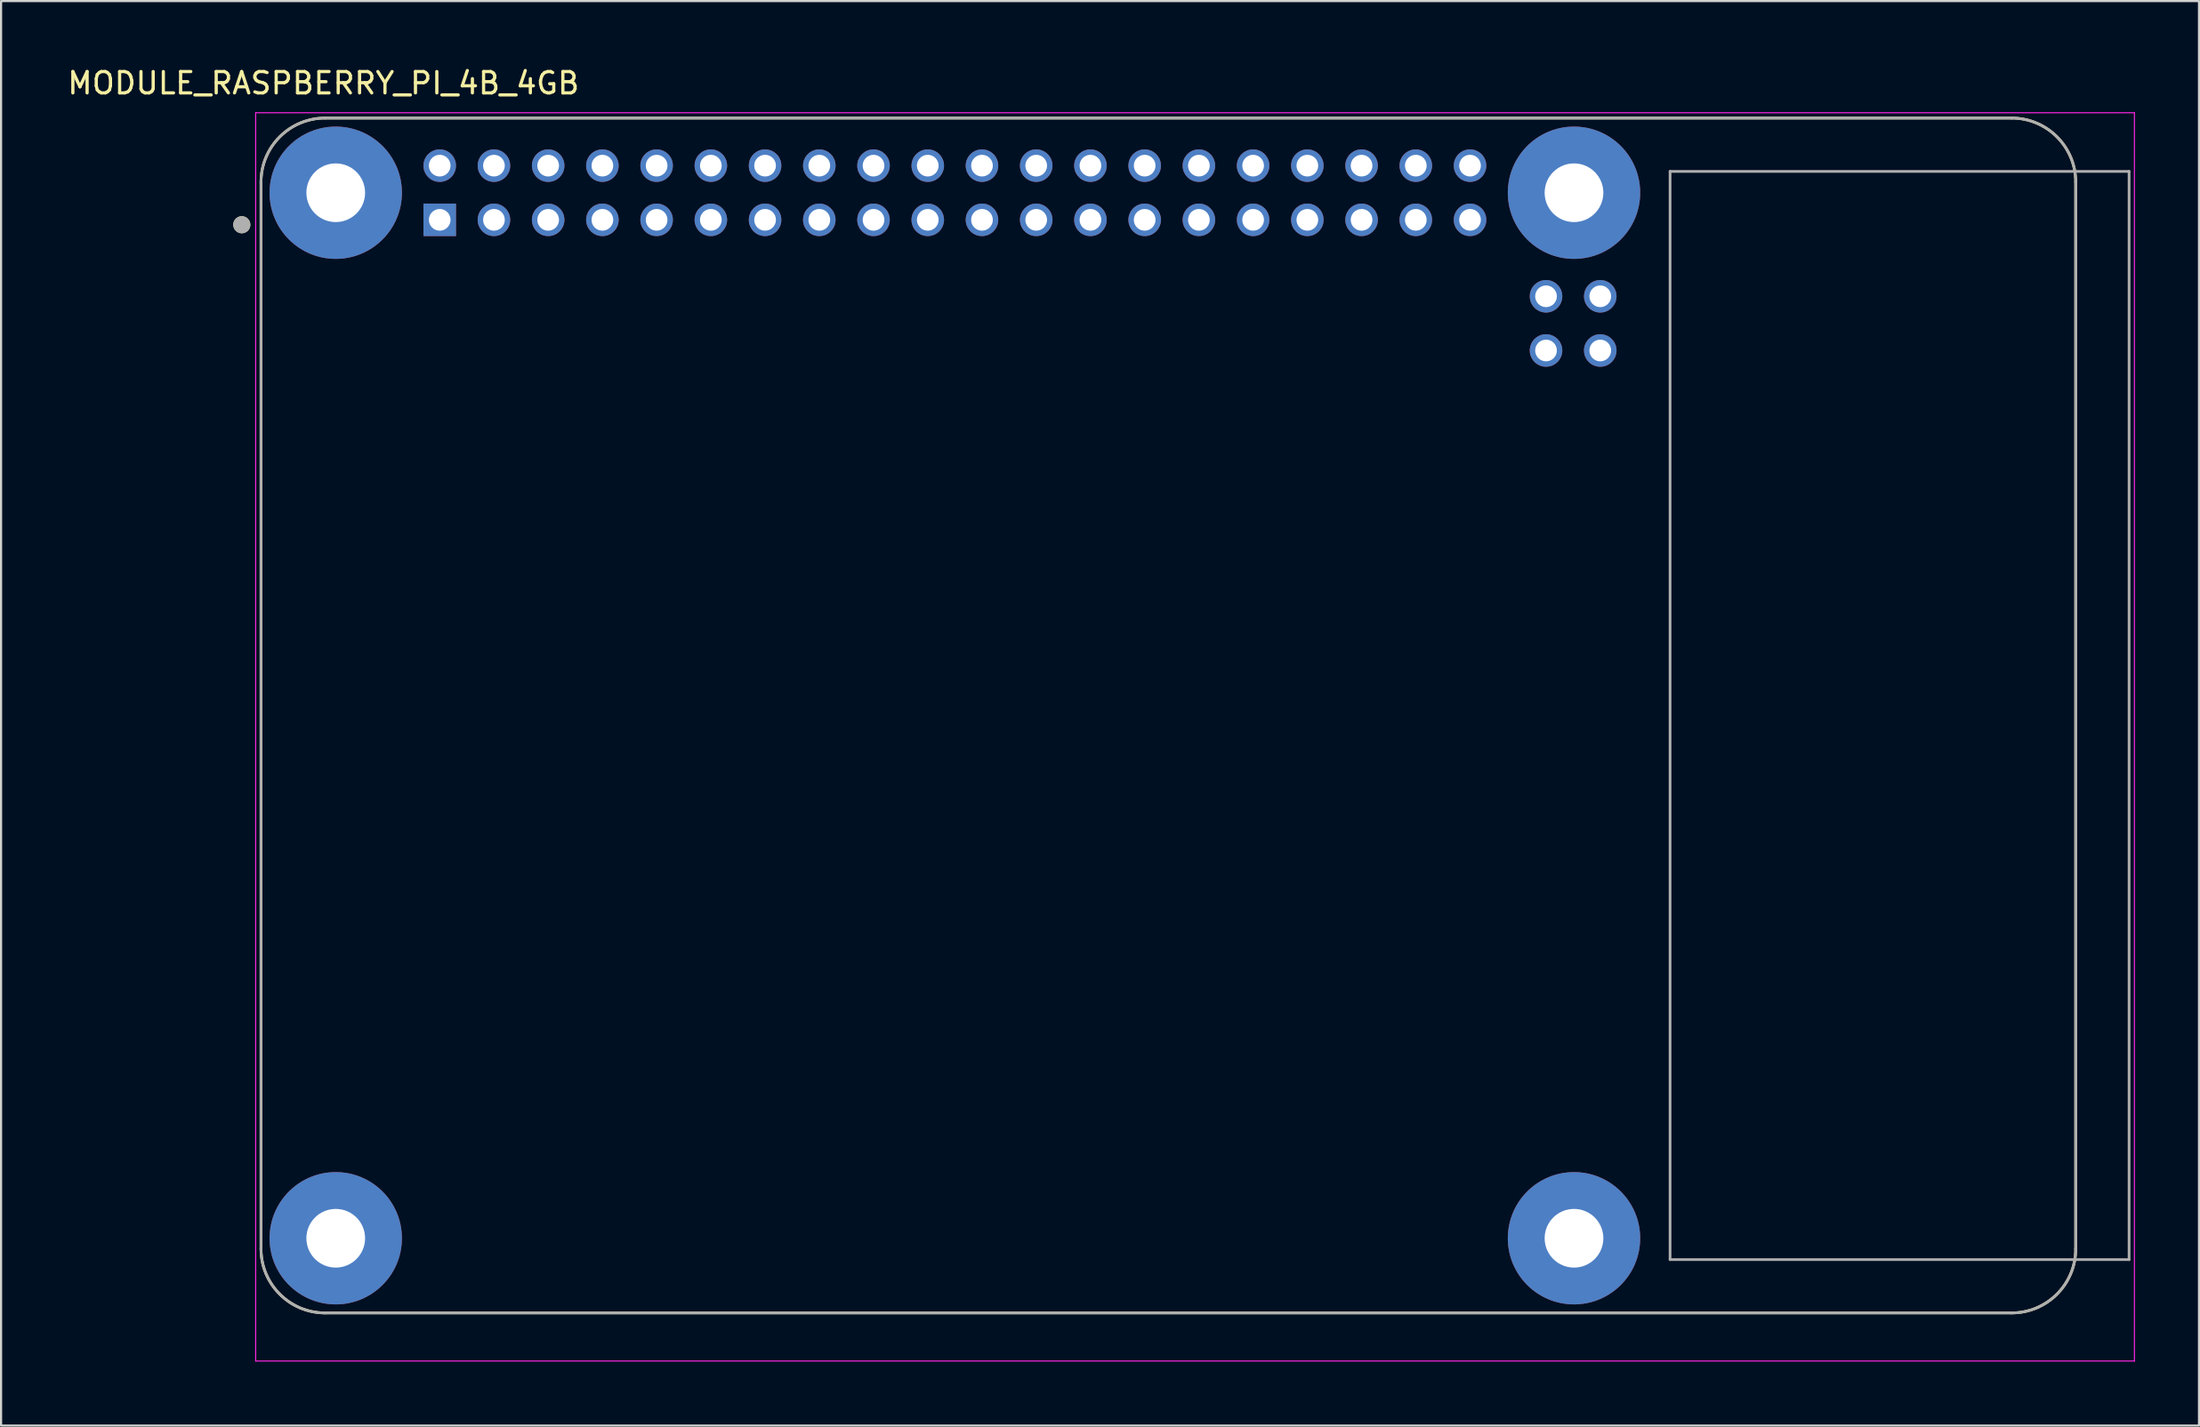
<source format=kicad_pcb>
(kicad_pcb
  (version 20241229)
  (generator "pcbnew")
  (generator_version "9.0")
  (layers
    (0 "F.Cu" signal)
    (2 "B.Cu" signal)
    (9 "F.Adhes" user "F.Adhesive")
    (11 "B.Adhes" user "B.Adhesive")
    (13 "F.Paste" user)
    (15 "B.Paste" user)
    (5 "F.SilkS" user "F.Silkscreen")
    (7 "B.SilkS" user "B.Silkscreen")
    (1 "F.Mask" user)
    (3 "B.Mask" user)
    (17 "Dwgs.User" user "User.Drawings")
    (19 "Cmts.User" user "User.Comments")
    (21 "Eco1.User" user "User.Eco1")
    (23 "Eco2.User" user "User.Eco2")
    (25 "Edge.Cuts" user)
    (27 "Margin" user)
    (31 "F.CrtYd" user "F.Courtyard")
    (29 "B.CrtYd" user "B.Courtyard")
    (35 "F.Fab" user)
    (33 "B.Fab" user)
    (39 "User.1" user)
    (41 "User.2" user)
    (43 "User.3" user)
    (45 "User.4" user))
  (footprint "MODULE_RASPBERRY_PI_4B_4GB"
    (layer "F.Cu")
    (at 51.676 30.483)
    (property "Reference" "MODULE_RASPBERRY_PI_4B_4GB" (at -39.575 -29.635 0) (layer "F.SilkS") (effects (font (size 1 1) (thickness 0.15))))
    (attr through_hole)
    (fp_line (start -42.5 -25) (end -42.5 25) (stroke (width 0.127) (type solid)) (layer "F.SilkS"))
    (fp_line (start -39.5 28) (end 39.5 28) (stroke (width 0.127) (type solid)) (layer "F.SilkS"))
    (fp_line (start 39.5 -28) (end -39.5 -28) (stroke (width 0.127) (type solid)) (layer "F.SilkS"))
    (fp_line (start 42.5 25) (end 42.5 -25) (stroke (width 0.127) (type solid)) (layer "F.SilkS"))
    (fp_arc (start -42.5 -25) (mid -41.62132 -27.12132) (end -39.5 -28) (stroke (width 0.127) (type solid)) (layer "F.SilkS"))
    (fp_arc (start -39.5 28) (mid -41.62132 27.12132) (end -42.5 25) (stroke (width 0.127) (type solid)) (layer "F.SilkS"))
    (fp_arc (start 39.5 -28) (mid 41.62132 -27.12132) (end 42.5 -25) (stroke (width 0.127) (type solid)) (layer "F.SilkS"))
    (fp_arc (start 42.5 25) (mid 41.62132 27.12132) (end 39.5 28) (stroke (width 0.127) (type solid)) (layer "F.SilkS"))
    (fp_circle (center -43.4 -23) (end -43.2 -23) (stroke (width 0.4) (type solid)) (fill no) (layer "F.SilkS"))
    (fp_line (start -42.75 -28.25) (end 45.25 -28.25) (stroke (width 0.05) (type solid)) (layer "F.CrtYd"))
    (fp_line (start -42.75 30.255) (end -42.75 -28.25) (stroke (width 0.05) (type solid)) (layer "F.CrtYd"))
    (fp_line (start 45.25 -28.25) (end 45.25 30.255) (stroke (width 0.05) (type solid)) (layer "F.CrtYd"))
    (fp_line (start 45.25 30.255) (end -42.75 30.255) (stroke (width 0.05) (type solid)) (layer "F.CrtYd"))
    (fp_line (start -42.5 -25) (end -42.5 25) (stroke (width 0.127) (type solid)) (layer "F.Fab"))
    (fp_line (start -39.5 28) (end 39.5 28) (stroke (width 0.127) (type solid)) (layer "F.Fab"))
    (fp_line (start 23.5 -25.5) (end 23.5 25.5) (stroke (width 0.127) (type solid)) (layer "F.Fab"))
    (fp_line (start 23.5 25.5) (end 45 25.5) (stroke (width 0.127) (type solid)) (layer "F.Fab"))
    (fp_line (start 39.5 -28) (end -39.5 -28) (stroke (width 0.127) (type solid)) (layer "F.Fab"))
    (fp_line (start 42.5 25) (end 42.5 -25) (stroke (width 0.127) (type solid)) (layer "F.Fab"))
    (fp_line (start 45 -25.5) (end 23.5 -25.5) (stroke (width 0.127) (type solid)) (layer "F.Fab"))
    (fp_line (start 45 25.5) (end 45 -25.5) (stroke (width 0.127) (type solid)) (layer "F.Fab"))
    (fp_arc (start -42.5 -25) (mid -41.62132 -27.12132) (end -39.5 -28) (stroke (width 0.127) (type solid)) (layer "F.Fab"))
    (fp_arc (start -39.5 28) (mid -41.62132 27.12132) (end -42.5 25) (stroke (width 0.127) (type solid)) (layer "F.Fab"))
    (fp_arc (start 39.5 -28) (mid 41.62132 -27.12132) (end 42.5 -25) (stroke (width 0.127) (type solid)) (layer "F.Fab"))
    (fp_arc (start 42.5 25) (mid 41.62132 27.12132) (end 39.5 28) (stroke (width 0.127) (type solid)) (layer "F.Fab"))
    (fp_circle (center -43.4 -23) (end -43.2 -23) (stroke (width 0.4) (type solid)) (fill no) (layer "F.Fab"))
    (pad "1" thru_hole rect (at -34.13 -23.23) (size 1.524 1.524) (drill 1.016) (layers "*.Cu" "*.Mask"))
    (pad "2" thru_hole circle (at -34.13 -25.77) (size 1.524 1.524) (drill 1.016) (layers "*.Cu" "*.Mask"))
    (pad "3" thru_hole circle (at -31.59 -23.23) (size 1.524 1.524) (drill 1.016) (layers "*.Cu" "*.Mask"))
    (pad "4" thru_hole circle (at -31.59 -25.77) (size 1.524 1.524) (drill 1.016) (layers "*.Cu" "*.Mask"))
    (pad "5" thru_hole circle (at -29.05 -23.23) (size 1.524 1.524) (drill 1.016) (layers "*.Cu" "*.Mask"))
    (pad "6" thru_hole circle (at -29.05 -25.77) (size 1.524 1.524) (drill 1.016) (layers "*.Cu" "*.Mask"))
    (pad "7" thru_hole circle (at -26.51 -23.23) (size 1.524 1.524) (drill 1.016) (layers "*.Cu" "*.Mask"))
    (pad "8" thru_hole circle (at -26.51 -25.77) (size 1.524 1.524) (drill 1.016) (layers "*.Cu" "*.Mask"))
    (pad "9" thru_hole circle (at -23.97 -23.23) (size 1.524 1.524) (drill 1.016) (layers "*.Cu" "*.Mask"))
    (pad "10" thru_hole circle (at -23.97 -25.77) (size 1.524 1.524) (drill 1.016) (layers "*.Cu" "*.Mask"))
    (pad "11" thru_hole circle (at -21.43 -23.23) (size 1.524 1.524) (drill 1.016) (layers "*.Cu" "*.Mask"))
    (pad "12" thru_hole circle (at -21.43 -25.77) (size 1.524 1.524) (drill 1.016) (layers "*.Cu" "*.Mask"))
    (pad "13" thru_hole circle (at -18.89 -23.23) (size 1.524 1.524) (drill 1.016) (layers "*.Cu" "*.Mask"))
    (pad "14" thru_hole circle (at -18.89 -25.77) (size 1.524 1.524) (drill 1.016) (layers "*.Cu" "*.Mask"))
    (pad "15" thru_hole circle (at -16.35 -23.23) (size 1.524 1.524) (drill 1.016) (layers "*.Cu" "*.Mask"))
    (pad "16" thru_hole circle (at -16.35 -25.77) (size 1.524 1.524) (drill 1.016) (layers "*.Cu" "*.Mask"))
    (pad "17" thru_hole circle (at -13.81 -23.23) (size 1.524 1.524) (drill 1.016) (layers "*.Cu" "*.Mask"))
    (pad "18" thru_hole circle (at -13.81 -25.77) (size 1.524 1.524) (drill 1.016) (layers "*.Cu" "*.Mask"))
    (pad "19" thru_hole circle (at -11.27 -23.23) (size 1.524 1.524) (drill 1.016) (layers "*.Cu" "*.Mask"))
    (pad "20" thru_hole circle (at -11.27 -25.77) (size 1.524 1.524) (drill 1.016) (layers "*.Cu" "*.Mask"))
    (pad "21" thru_hole circle (at -8.73 -23.23) (size 1.524 1.524) (drill 1.016) (layers "*.Cu" "*.Mask"))
    (pad "22" thru_hole circle (at -8.73 -25.77) (size 1.524 1.524) (drill 1.016) (layers "*.Cu" "*.Mask"))
    (pad "23" thru_hole circle (at -6.19 -23.23) (size 1.524 1.524) (drill 1.016) (layers "*.Cu" "*.Mask"))
    (pad "24" thru_hole circle (at -6.19 -25.77) (size 1.524 1.524) (drill 1.016) (layers "*.Cu" "*.Mask"))
    (pad "25" thru_hole circle (at -3.65 -23.23) (size 1.524 1.524) (drill 1.016) (layers "*.Cu" "*.Mask"))
    (pad "26" thru_hole circle (at -3.65 -25.77) (size 1.524 1.524) (drill 1.016) (layers "*.Cu" "*.Mask"))
    (pad "27" thru_hole circle (at -1.11 -23.23) (size 1.524 1.524) (drill 1.016) (layers "*.Cu" "*.Mask"))
    (pad "28" thru_hole circle (at -1.11 -25.77) (size 1.524 1.524) (drill 1.016) (layers "*.Cu" "*.Mask"))
    (pad "29" thru_hole circle (at 1.43 -23.23) (size 1.524 1.524) (drill 1.016) (layers "*.Cu" "*.Mask"))
    (pad "30" thru_hole circle (at 1.43 -25.77) (size 1.524 1.524) (drill 1.016) (layers "*.Cu" "*.Mask"))
    (pad "31" thru_hole circle (at 3.97 -23.23) (size 1.524 1.524) (drill 1.016) (layers "*.Cu" "*.Mask"))
    (pad "32" thru_hole circle (at 3.97 -25.77) (size 1.524 1.524) (drill 1.016) (layers "*.Cu" "*.Mask"))
    (pad "33" thru_hole circle (at 6.51 -23.23) (size 1.524 1.524) (drill 1.016) (layers "*.Cu" "*.Mask"))
    (pad "34" thru_hole circle (at 6.51 -25.77) (size 1.524 1.524) (drill 1.016) (layers "*.Cu" "*.Mask"))
    (pad "35" thru_hole circle (at 9.05 -23.23) (size 1.524 1.524) (drill 1.016) (layers "*.Cu" "*.Mask"))
    (pad "36" thru_hole circle (at 9.05 -25.77) (size 1.524 1.524) (drill 1.016) (layers "*.Cu" "*.Mask"))
    (pad "37" thru_hole circle (at 11.59 -23.23) (size 1.524 1.524) (drill 1.016) (layers "*.Cu" "*.Mask"))
    (pad "38" thru_hole circle (at 11.59 -25.77) (size 1.524 1.524) (drill 1.016) (layers "*.Cu" "*.Mask"))
    (pad "39" thru_hole circle (at 14.13 -23.23) (size 1.524 1.524) (drill 1.016) (layers "*.Cu" "*.Mask"))
    (pad "40" thru_hole circle (at 14.13 -25.77) (size 1.524 1.524) (drill 1.016) (layers "*.Cu" "*.Mask"))
    (pad "41" thru_hole circle (at 20.23 -17.107) (size 1.524 1.524) (drill 1.016) (layers "*.Cu" "*.Mask"))
    (pad "42" thru_hole circle (at 20.23 -19.647) (size 1.524 1.524) (drill 1.016) (layers "*.Cu" "*.Mask"))
    (pad "43" thru_hole circle (at 17.69 -17.107) (size 1.524 1.524) (drill 1.016) (layers "*.Cu" "*.Mask"))
    (pad "44" thru_hole circle (at 17.69 -19.647) (size 1.524 1.524) (drill 1.016) (layers "*.Cu" "*.Mask"))
    (pad "S1" thru_hole circle (at -39 -24.5) (size 6.2 6.2) (drill 2.75) (layers "*.Cu" "*.Mask"))
    (pad "S2" thru_hole circle (at 19 -24.5) (size 6.2 6.2) (drill 2.75) (layers "*.Cu" "*.Mask"))
    (pad "S3" thru_hole circle (at 19 24.5) (size 6.2 6.2) (drill 2.75) (layers "*.Cu" "*.Mask"))
    (pad "S4" thru_hole circle (at -39 24.5) (size 6.2 6.2) (drill 2.75) (layers "*.Cu" "*.Mask")))
  (gr_rect
    (start -3 -3)
    (end 99.951 63.763)
    (stroke (width 0.1) (type default))
    (fill no)
    (layer "Edge.Cuts")))
</source>
